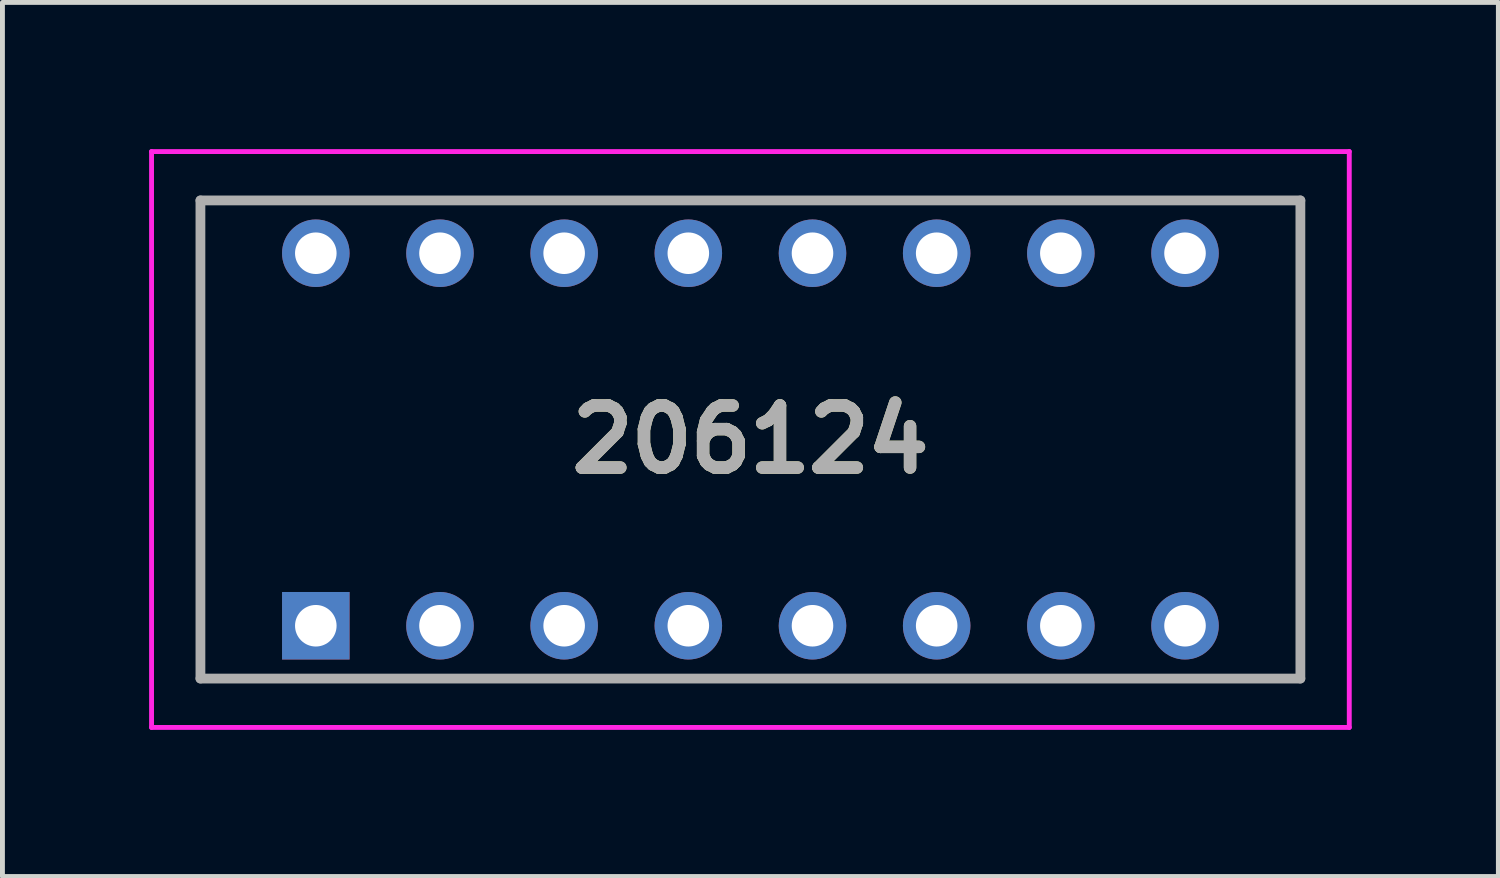
<source format=kicad_pcb>
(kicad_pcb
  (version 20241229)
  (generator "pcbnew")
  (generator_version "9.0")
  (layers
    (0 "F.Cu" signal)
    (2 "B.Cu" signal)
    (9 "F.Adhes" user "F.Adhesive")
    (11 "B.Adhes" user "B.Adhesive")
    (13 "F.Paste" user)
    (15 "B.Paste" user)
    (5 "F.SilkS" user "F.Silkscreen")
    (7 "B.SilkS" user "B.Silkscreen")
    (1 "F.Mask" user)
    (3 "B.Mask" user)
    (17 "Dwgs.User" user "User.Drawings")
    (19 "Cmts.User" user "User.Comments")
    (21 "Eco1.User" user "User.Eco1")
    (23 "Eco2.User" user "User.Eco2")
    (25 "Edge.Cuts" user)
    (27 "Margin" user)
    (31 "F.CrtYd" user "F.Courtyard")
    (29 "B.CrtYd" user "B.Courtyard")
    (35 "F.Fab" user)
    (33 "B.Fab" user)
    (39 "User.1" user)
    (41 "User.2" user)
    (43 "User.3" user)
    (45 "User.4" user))
  (footprint "206124"
    (layer "F.Cu")
    (at 3.41 9.75)
    (property "Reference" "206124" (at 8.89 -3.81 0) (layer "F.SilkS") (effects (font (size 1.27 1.27) (thickness 0.254))))
    (attr through_hole)
    (fp_line (start -2.36 -8.7) (end 20.14 -8.7) (stroke (width 0.1) (type solid)) (layer "F.SilkS"))
    (fp_line (start -2.36 1.08) (end -2.36 -8.7) (stroke (width 0.1) (type solid)) (layer "F.SilkS"))
    (fp_line (start 20.14 -8.7) (end 20.14 1.08) (stroke (width 0.1) (type solid)) (layer "F.SilkS"))
    (fp_line (start 20.14 1.08) (end -2.36 1.08) (stroke (width 0.1) (type solid)) (layer "F.SilkS"))
    (fp_line (start -3.36 -9.7) (end 21.14 -9.7) (stroke (width 0.1) (type solid)) (layer "F.CrtYd"))
    (fp_line (start -3.36 2.08) (end -3.36 -9.7) (stroke (width 0.1) (type solid)) (layer "F.CrtYd"))
    (fp_line (start 21.14 -9.7) (end 21.14 2.08) (stroke (width 0.1) (type solid)) (layer "F.CrtYd"))
    (fp_line (start 21.14 2.08) (end -3.36 2.08) (stroke (width 0.1) (type solid)) (layer "F.CrtYd"))
    (fp_line (start -2.36 -8.7) (end 20.14 -8.7) (stroke (width 0.2) (type solid)) (layer "F.Fab"))
    (fp_line (start -2.36 1.08) (end -2.36 -8.7) (stroke (width 0.2) (type solid)) (layer "F.Fab"))
    (fp_line (start 20.14 -8.7) (end 20.14 1.08) (stroke (width 0.2) (type solid)) (layer "F.Fab"))
    (fp_line (start 20.14 1.08) (end -2.36 1.08) (stroke (width 0.2) (type solid)) (layer "F.Fab"))
    (fp_text user "${REFERENCE}" (at 8.89 -3.81 0) (layer "F.Fab") (effects (font (size 1.27 1.27) (thickness 0.254))))
    (pad "1" thru_hole rect (at 0 0) (size 1.381 1.381) (drill 0.85) (layers "*.Cu" "*.Mask"))
    (pad "2" thru_hole circle (at 2.54 0) (size 1.381 1.381) (drill 0.85) (layers "*.Cu" "*.Mask"))
    (pad "3" thru_hole circle (at 5.08 0) (size 1.381 1.381) (drill 0.85) (layers "*.Cu" "*.Mask"))
    (pad "4" thru_hole circle (at 7.62 0) (size 1.381 1.381) (drill 0.85) (layers "*.Cu" "*.Mask"))
    (pad "5" thru_hole circle (at 10.16 0) (size 1.381 1.381) (drill 0.85) (layers "*.Cu" "*.Mask"))
    (pad "6" thru_hole circle (at 12.7 0) (size 1.381 1.381) (drill 0.85) (layers "*.Cu" "*.Mask"))
    (pad "7" thru_hole circle (at 15.24 0) (size 1.381 1.381) (drill 0.85) (layers "*.Cu" "*.Mask"))
    (pad "8" thru_hole circle (at 17.78 0) (size 1.381 1.381) (drill 0.85) (layers "*.Cu" "*.Mask"))
    (pad "9" thru_hole circle (at 17.78 -7.62) (size 1.381 1.381) (drill 0.85) (layers "*.Cu" "*.Mask"))
    (pad "10" thru_hole circle (at 15.24 -7.62) (size 1.381 1.381) (drill 0.85) (layers "*.Cu" "*.Mask"))
    (pad "11" thru_hole circle (at 12.7 -7.62) (size 1.381 1.381) (drill 0.85) (layers "*.Cu" "*.Mask"))
    (pad "12" thru_hole circle (at 10.16 -7.62) (size 1.381 1.381) (drill 0.85) (layers "*.Cu" "*.Mask"))
    (pad "13" thru_hole circle (at 7.62 -7.62) (size 1.381 1.381) (drill 0.85) (layers "*.Cu" "*.Mask"))
    (pad "14" thru_hole circle (at 5.08 -7.62) (size 1.381 1.381) (drill 0.85) (layers "*.Cu" "*.Mask"))
    (pad "15" thru_hole circle (at 2.54 -7.62) (size 1.381 1.381) (drill 0.85) (layers "*.Cu" "*.Mask"))
    (pad "16" thru_hole circle (at 0 -7.62) (size 1.381 1.381) (drill 0.85) (layers "*.Cu" "*.Mask")))
  (gr_rect
    (start -3 -3)
    (end 27.6 14.88)
    (stroke (width 0.1) (type default))
    (fill no)
    (layer "Edge.Cuts")))
</source>
